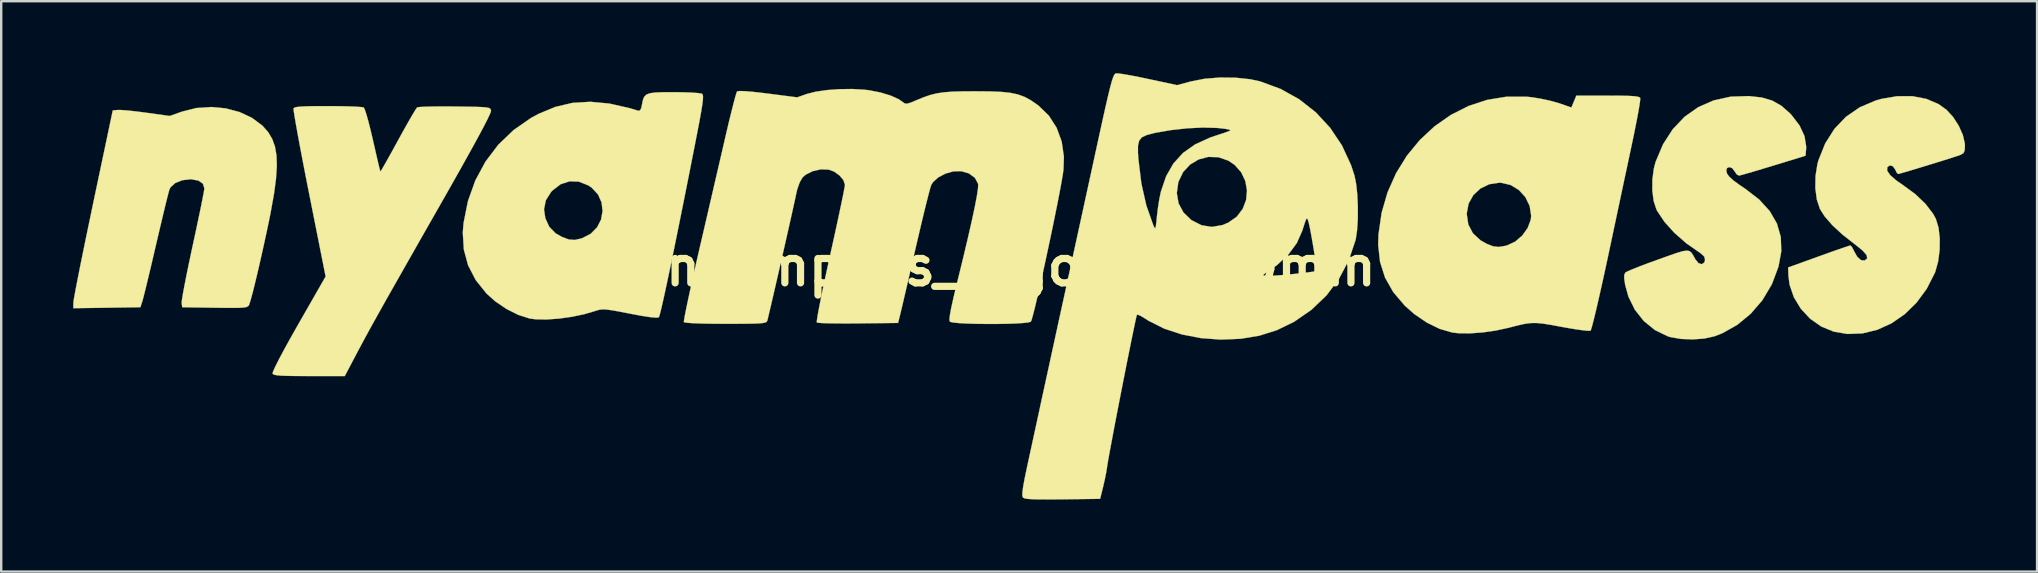
<source format=kicad_pcb>
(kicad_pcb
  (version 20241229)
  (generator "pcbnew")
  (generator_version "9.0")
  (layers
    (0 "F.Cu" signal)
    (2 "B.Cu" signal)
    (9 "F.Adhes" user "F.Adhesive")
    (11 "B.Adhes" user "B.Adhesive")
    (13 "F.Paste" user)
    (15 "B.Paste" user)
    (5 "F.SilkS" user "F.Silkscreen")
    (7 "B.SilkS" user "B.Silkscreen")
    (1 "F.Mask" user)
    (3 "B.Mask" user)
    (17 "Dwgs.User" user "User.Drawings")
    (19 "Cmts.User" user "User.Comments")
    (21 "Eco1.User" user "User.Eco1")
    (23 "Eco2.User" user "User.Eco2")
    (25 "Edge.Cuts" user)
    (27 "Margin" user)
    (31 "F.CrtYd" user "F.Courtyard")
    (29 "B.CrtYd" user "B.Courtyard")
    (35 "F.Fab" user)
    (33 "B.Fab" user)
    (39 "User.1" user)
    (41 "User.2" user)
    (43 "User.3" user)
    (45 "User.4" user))
  (footprint "nyampass_logo_80x20mm"
    (layer "F.Cu")
    (at 39.484 8.046)
    (property "Reference" "nyampass_logo_80x20mm" (at 0 0 0) (layer "F.SilkS") (effects (font (size 1.524 1.524) (thickness 0.3))))
    (attr through_hole)
    (fp_poly (pts (xy 37.15 -7.088) (xy 37.731 -6.975) (xy 38.241 -6.755) (xy 38.563 -6.524) (xy 38.839 -6.223) (xy 39.075 -5.858) (xy 39.246 -5.475) (xy 39.329 -5.119) (xy 39.334 -5.03) (xy 39.322 -4.824) (xy 39.269 -4.712) (xy 39.151 -4.644) (xy 39.14 -4.64) (xy 39.003 -4.593) (xy 38.767 -4.516) (xy 38.458 -4.419) (xy 38.104 -4.309) (xy 37.733 -4.195) (xy 37.37 -4.084) (xy 37.042 -3.986) (xy 36.778 -3.908) (xy 36.604 -3.859) (xy 36.548 -3.846) (xy 36.49 -3.906) (xy 36.431 -4.028) (xy 36.331 -4.17) (xy 36.205 -4.206) (xy 36.1 -4.13) (xy 36.093 -3.984) (xy 36.222 -3.797) (xy 36.485 -3.569) (xy 36.758 -3.381) (xy 37.265 -3.009) (xy 37.689 -2.604) (xy 38.006 -2.19) (xy 38.123 -1.975) (xy 38.233 -1.615) (xy 38.285 -1.169) (xy 38.28 -0.683) (xy 38.218 -0.204) (xy 38.101 0.222) (xy 38.079 0.275) (xy 37.742 0.937) (xy 37.318 1.513) (xy 36.824 1.996) (xy 36.273 2.376) (xy 35.681 2.645) (xy 35.063 2.795) (xy 34.432 2.818) (xy 33.866 2.721) (xy 33.346 2.508) (xy 32.884 2.183) (xy 32.497 1.768) (xy 32.205 1.287) (xy 32.027 0.764) (xy 31.979 0.384) (xy 31.968 0.047) (xy 33.238 -0.411) (xy 33.641 -0.556) (xy 33.998 -0.682) (xy 34.285 -0.781) (xy 34.48 -0.846) (xy 34.561 -0.87) (xy 34.622 -0.811) (xy 34.701 -0.664) (xy 34.713 -0.635) (xy 34.851 -0.392) (xy 35.007 -0.255) (xy 35.16 -0.244) (xy 35.263 -0.332) (xy 35.235 -0.468) (xy 35.075 -0.654) (xy 34.782 -0.893) (xy 34.737 -0.926) (xy 34.234 -1.32) (xy 33.811 -1.711) (xy 33.488 -2.082) (xy 33.293 -2.389) (xy 33.163 -2.781) (xy 33.1 -3.254) (xy 33.108 -3.763) (xy 33.187 -4.26) (xy 33.227 -4.408) (xy 33.511 -5.118) (xy 33.896 -5.727) (xy 34.379 -6.232) (xy 34.955 -6.628) (xy 35.619 -6.91) (xy 35.851 -6.976) (xy 36.517 -7.089) (xy 37.15 -7.088)) (stroke (width 0.01) (type solid)) (fill yes) (layer "F.SilkS"))
    (fp_poly (pts (xy -33.128 -6.581) (xy -32.553 -6.428) (xy -32.036 -6.186) (xy -31.601 -5.862) (xy -31.357 -5.585) (xy -31.193 -5.308) (xy -31.078 -4.991) (xy -31.014 -4.618) (xy -31 -4.174) (xy -31.035 -3.644) (xy -31.119 -3.013) (xy -31.253 -2.267) (xy -31.314 -1.959) (xy -31.432 -1.396) (xy -31.556 -0.827) (xy -31.68 -0.273) (xy -31.8 0.246) (xy -31.911 0.711) (xy -32.009 1.101) (xy -32.089 1.398) (xy -32.146 1.579) (xy -32.161 1.616) (xy -32.196 1.661) (xy -32.259 1.694) (xy -32.371 1.716) (xy -32.552 1.728) (xy -32.823 1.732) (xy -33.202 1.73) (xy -33.586 1.725) (xy -34.943 1.705) (xy -34.965 1.522) (xy -34.955 1.407) (xy -34.917 1.169) (xy -34.854 0.828) (xy -34.771 0.402) (xy -34.67 -0.09) (xy -34.556 -0.63) (xy -34.503 -0.873) (xy -34.384 -1.426) (xy -34.275 -1.94) (xy -34.18 -2.394) (xy -34.104 -2.771) (xy -34.05 -3.053) (xy -34.022 -3.219) (xy -34.019 -3.251) (xy -34.082 -3.444) (xy -34.265 -3.571) (xy -34.556 -3.625) (xy -34.606 -3.626) (xy -34.947 -3.586) (xy -35.232 -3.47) (xy -35.426 -3.296) (xy -35.473 -3.206) (xy -35.507 -3.088) (xy -35.569 -2.847) (xy -35.654 -2.504) (xy -35.756 -2.078) (xy -35.872 -1.589) (xy -35.997 -1.057) (xy -36.032 -0.907) (xy -36.159 -0.362) (xy -36.279 0.147) (xy -36.388 0.602) (xy -36.48 0.98) (xy -36.551 1.263) (xy -36.596 1.43) (xy -36.602 1.451) (xy -36.685 1.705) (xy -38.082 1.725) (xy -39.479 1.745) (xy -39.476 1.507) (xy -39.461 1.393) (xy -39.418 1.15) (xy -39.351 0.794) (xy -39.261 0.337) (xy -39.153 -0.206) (xy -39.027 -0.822) (xy -38.888 -1.496) (xy -38.738 -2.214) (xy -38.655 -2.613) (xy -37.836 -6.495) (xy -37.623 -6.515) (xy -37.473 -6.512) (xy -37.214 -6.492) (xy -36.879 -6.456) (xy -36.504 -6.409) (xy -36.437 -6.399) (xy -35.463 -6.264) (xy -34.949 -6.446) (xy -34.351 -6.596) (xy -33.736 -6.638) (xy -33.128 -6.581)) (stroke (width 0.01) (type solid)) (fill yes) (layer "F.SilkS"))
    (fp_poly (pts (xy 30.869 -7.033) (xy 31.306 -6.905) (xy 31.683 -6.692) (xy 32.04 -6.378) (xy 32.107 -6.308) (xy 32.442 -5.87) (xy 32.649 -5.427) (xy 32.72 -4.993) (xy 32.716 -4.884) (xy 32.693 -4.608) (xy 31.351 -4.197) (xy 30.929 -4.069) (xy 30.552 -3.956) (xy 30.242 -3.866) (xy 30.024 -3.805) (xy 29.919 -3.78) (xy 29.916 -3.78) (xy 29.821 -3.834) (xy 29.741 -3.955) (xy 29.637 -4.089) (xy 29.515 -4.136) (xy 29.419 -4.091) (xy 29.391 -3.991) (xy 29.419 -3.868) (xy 29.512 -3.736) (xy 29.688 -3.577) (xy 29.965 -3.375) (xy 30.177 -3.233) (xy 30.758 -2.786) (xy 31.199 -2.304) (xy 31.5 -1.784) (xy 31.661 -1.225) (xy 31.683 -0.627) (xy 31.566 0.014) (xy 31.31 0.697) (xy 31.269 0.785) (xy 30.892 1.416) (xy 30.412 1.973) (xy 29.85 2.437) (xy 29.228 2.788) (xy 28.897 2.916) (xy 28.477 3.009) (xy 27.99 3.045) (xy 27.497 3.025) (xy 27.059 2.948) (xy 26.948 2.914) (xy 26.416 2.655) (xy 25.956 2.282) (xy 25.583 1.811) (xy 25.312 1.261) (xy 25.177 0.77) (xy 25.138 0.513) (xy 25.139 0.357) (xy 25.182 0.267) (xy 25.195 0.254) (xy 25.292 0.203) (xy 25.502 0.113) (xy 25.802 -0.006) (xy 26.169 -0.144) (xy 26.558 -0.285) (xy 27.008 -0.446) (xy 27.341 -0.561) (xy 27.579 -0.631) (xy 27.744 -0.655) (xy 27.857 -0.635) (xy 27.939 -0.569) (xy 28.011 -0.459) (xy 28.096 -0.303) (xy 28.103 -0.29) (xy 28.234 -0.133) (xy 28.367 -0.088) (xy 28.471 -0.157) (xy 28.506 -0.265) (xy 28.474 -0.406) (xy 28.322 -0.545) (xy 28.279 -0.573) (xy 27.723 -0.961) (xy 27.227 -1.396) (xy 26.816 -1.852) (xy 26.515 -2.302) (xy 26.478 -2.375) (xy 26.365 -2.721) (xy 26.309 -3.153) (xy 26.312 -3.623) (xy 26.374 -4.083) (xy 26.446 -4.354) (xy 26.756 -5.086) (xy 27.161 -5.713) (xy 27.652 -6.23) (xy 28.223 -6.632) (xy 28.866 -6.914) (xy 29.573 -7.069) (xy 30.335 -7.093) (xy 30.869 -7.033)) (stroke (width 0.01) (type solid)) (fill yes) (layer "F.SilkS"))
    (fp_poly (pts (xy -28.427 -6.672) (xy -28.035 -6.664) (xy -27.713 -6.652) (xy -27.487 -6.636) (xy -27.381 -6.619) (xy -27.378 -6.617) (xy -27.335 -6.531) (xy -27.267 -6.327) (xy -27.183 -6.027) (xy -27.089 -5.656) (xy -26.997 -5.263) (xy -26.903 -4.851) (xy -26.82 -4.49) (xy -26.753 -4.204) (xy -26.706 -4.016) (xy -26.687 -3.948) (xy -26.648 -4.003) (xy -26.551 -4.167) (xy -26.406 -4.422) (xy -26.223 -4.749) (xy -26.014 -5.131) (xy -25.949 -5.248) (xy -25.73 -5.648) (xy -25.529 -6.004) (xy -25.36 -6.297) (xy -25.233 -6.507) (xy -25.161 -6.614) (xy -25.152 -6.622) (xy -25.059 -6.637) (xy -24.843 -6.649) (xy -24.528 -6.657) (xy -24.137 -6.661) (xy -23.693 -6.659) (xy -23.586 -6.658) (xy -23.086 -6.652) (xy -22.713 -6.645) (xy -22.447 -6.635) (xy -22.27 -6.62) (xy -22.162 -6.598) (xy -22.107 -6.566) (xy -22.083 -6.522) (xy -22.075 -6.481) (xy -22.106 -6.378) (xy -22.211 -6.153) (xy -22.386 -5.81) (xy -22.631 -5.351) (xy -22.945 -4.78) (xy -23.325 -4.098) (xy -23.77 -3.31) (xy -24.03 -2.852) (xy -24.574 -1.898) (xy -25.052 -1.06) (xy -25.468 -0.327) (xy -25.83 0.31) (xy -26.143 0.861) (xy -26.413 1.337) (xy -26.644 1.749) (xy -26.843 2.105) (xy -27.016 2.416) (xy -27.169 2.693) (xy -27.306 2.945) (xy -27.434 3.182) (xy -27.559 3.416) (xy -27.662 3.61) (xy -28.169 4.572) (xy -29.654 4.572) (xy -30.165 4.571) (xy -30.55 4.565) (xy -30.825 4.555) (xy -31.008 4.538) (xy -31.117 4.514) (xy -31.169 4.481) (xy -31.179 4.465) (xy -31.154 4.375) (xy -31.063 4.174) (xy -30.913 3.876) (xy -30.71 3.494) (xy -30.461 3.042) (xy -30.175 2.535) (xy -30.093 2.391) (xy -28.967 0.425) (xy -29.654 -3.028) (xy -29.791 -3.718) (xy -29.916 -4.366) (xy -30.029 -4.957) (xy -30.126 -5.479) (xy -30.204 -5.915) (xy -30.262 -6.254) (xy -30.297 -6.479) (xy -30.305 -6.577) (xy -30.304 -6.579) (xy -30.262 -6.614) (xy -30.154 -6.64) (xy -29.964 -6.658) (xy -29.675 -6.669) (xy -29.271 -6.675) (xy -28.868 -6.675) (xy -28.427 -6.672)) (stroke (width 0.01) (type solid)) (fill yes) (layer "F.SilkS"))
    (fp_poly (pts (xy -14.069 -7.251) (xy -13.731 -7.239) (xy -13.469 -7.22) (xy -13.311 -7.198) (xy -13.283 -7.188) (xy -13.256 -7.151) (xy -13.243 -7.076) (xy -13.248 -6.946) (xy -13.272 -6.747) (xy -13.317 -6.465) (xy -13.385 -6.085) (xy -13.479 -5.591) (xy -13.596 -4.994) (xy -13.836 -3.775) (xy -14.059 -2.657) (xy -14.262 -1.646) (xy -14.446 -0.745) (xy -14.608 0.042) (xy -14.749 0.71) (xy -14.867 1.254) (xy -14.961 1.671) (xy -15.03 1.955) (xy -15.074 2.103) (xy -15.085 2.123) (xy -15.19 2.14) (xy -15.433 2.119) (xy -15.811 2.061) (xy -16.287 1.972) (xy -16.717 1.888) (xy -17.031 1.832) (xy -17.257 1.801) (xy -17.42 1.793) (xy -17.548 1.806) (xy -17.668 1.838) (xy -17.726 1.858) (xy -18.188 1.994) (xy -18.707 2.103) (xy -19.243 2.178) (xy -19.756 2.215) (xy -20.202 2.209) (xy -20.465 2.175) (xy -20.937 2.025) (xy -21.432 1.777) (xy -21.902 1.458) (xy -22.263 1.135) (xy -22.716 0.569) (xy -23.031 -0.042) (xy -23.209 -0.699) (xy -23.252 -1.407) (xy -23.22 -1.802) (xy -23.106 -2.375) (xy -19.868 -2.375) (xy -19.814 -2.007) (xy -19.65 -1.647) (xy -19.386 -1.377) (xy -19.123 -1.226) (xy -18.834 -1.118) (xy -18.584 -1.099) (xy -18.302 -1.164) (xy -18.281 -1.171) (xy -17.921 -1.357) (xy -17.657 -1.625) (xy -17.491 -1.949) (xy -17.428 -2.303) (xy -17.469 -2.659) (xy -17.618 -2.992) (xy -17.879 -3.274) (xy -18.022 -3.371) (xy -18.415 -3.528) (xy -18.806 -3.542) (xy -19.179 -3.418) (xy -19.518 -3.157) (xy -19.574 -3.097) (xy -19.792 -2.752) (xy -19.868 -2.375) (xy -23.106 -2.375) (xy -23.037 -2.72) (xy -22.73 -3.577) (xy -22.307 -4.362) (xy -21.773 -5.066) (xy -21.137 -5.677) (xy -20.406 -6.185) (xy -20.095 -6.353) (xy -19.397 -6.642) (xy -18.681 -6.81) (xy -17.933 -6.855) (xy -17.138 -6.78) (xy -16.282 -6.585) (xy -15.955 -6.485) (xy -15.871 -6.491) (xy -15.816 -6.597) (xy -15.785 -6.744) (xy -15.748 -6.931) (xy -15.693 -7.065) (xy -15.6 -7.157) (xy -15.447 -7.213) (xy -15.212 -7.243) (xy -14.874 -7.254) (xy -14.455 -7.256) (xy -14.069 -7.251)) (stroke (width 0.01) (type solid)) (fill yes) (layer "F.SilkS"))
    (fp_poly (pts (xy 24.94 -7.11) (xy 25.297 -7.103) (xy 25.545 -7.089) (xy 25.701 -7.068) (xy 25.783 -7.038) (xy 25.806 -7.011) (xy 25.802 -6.915) (xy 25.771 -6.697) (xy 25.716 -6.379) (xy 25.64 -5.982) (xy 25.549 -5.525) (xy 25.476 -5.179) (xy 25.377 -4.71) (xy 25.253 -4.128) (xy 25.11 -3.459) (xy 24.956 -2.732) (xy 24.795 -1.975) (xy 24.634 -1.216) (xy 24.478 -0.482) (xy 24.462 -0.407) (xy 24.324 0.237) (xy 24.191 0.837) (xy 24.069 1.377) (xy 23.961 1.844) (xy 23.869 2.222) (xy 23.797 2.497) (xy 23.75 2.653) (xy 23.735 2.683) (xy 23.638 2.687) (xy 23.426 2.667) (xy 23.125 2.625) (xy 22.762 2.564) (xy 22.549 2.526) (xy 22.099 2.442) (xy 21.756 2.387) (xy 21.482 2.361) (xy 21.241 2.364) (xy 20.997 2.396) (xy 20.713 2.459) (xy 20.352 2.552) (xy 20.319 2.561) (xy 19.795 2.675) (xy 19.244 2.754) (xy 18.709 2.793) (xy 18.235 2.788) (xy 17.965 2.757) (xy 17.448 2.606) (xy 16.91 2.342) (xy 16.388 1.987) (xy 15.995 1.639) (xy 15.515 1.074) (xy 15.173 0.47) (xy 14.965 -0.182) (xy 14.887 -0.894) (xy 14.9 -1.329) (xy 15.022 -2.178) (xy 18.578 -2.178) (xy 18.642 -1.743) (xy 18.833 -1.378) (xy 19.15 -1.084) (xy 19.413 -0.936) (xy 19.678 -0.833) (xy 19.909 -0.807) (xy 20.177 -0.851) (xy 20.263 -0.874) (xy 20.597 -1.03) (xy 20.891 -1.284) (xy 21.116 -1.599) (xy 21.244 -1.939) (xy 21.261 -2.105) (xy 21.198 -2.516) (xy 21.019 -2.883) (xy 20.746 -3.182) (xy 20.402 -3.389) (xy 20.01 -3.481) (xy 19.935 -3.483) (xy 19.511 -3.419) (xy 19.142 -3.239) (xy 18.849 -2.963) (xy 18.654 -2.612) (xy 18.579 -2.207) (xy 18.578 -2.178) (xy 15.022 -2.178) (xy 15.03 -2.23) (xy 15.278 -3.084) (xy 15.633 -3.881) (xy 16.085 -4.611) (xy 16.624 -5.265) (xy 17.237 -5.835) (xy 17.916 -6.309) (xy 18.649 -6.679) (xy 19.426 -6.935) (xy 20.236 -7.067) (xy 21.068 -7.067) (xy 21.292 -7.044) (xy 21.665 -6.983) (xy 22.055 -6.899) (xy 22.388 -6.807) (xy 22.445 -6.788) (xy 22.936 -6.617) (xy 23.04 -6.865) (xy 23.143 -7.112) (xy 24.455 -7.112) (xy 24.94 -7.11)) (stroke (width 0.01) (type solid)) (fill yes) (layer "F.SilkS"))
    (fp_poly (pts (xy -6.531 -7.36) (xy -6.321 -7.335) (xy -5.849 -7.243) (xy -5.428 -7.115) (xy -5.094 -6.965) (xy -4.918 -6.842) (xy -4.836 -6.785) (xy -4.741 -6.776) (xy -4.593 -6.819) (xy -4.373 -6.911) (xy -4.059 -7.041) (xy -3.778 -7.138) (xy -3.498 -7.207) (xy -3.19 -7.252) (xy -2.824 -7.279) (xy -2.369 -7.291) (xy -1.887 -7.293) (xy -1.291 -7.288) (xy -0.815 -7.268) (xy -0.432 -7.227) (xy -0.117 -7.16) (xy 0.155 -7.06) (xy 0.41 -6.922) (xy 0.675 -6.74) (xy 0.737 -6.693) (xy 1.166 -6.278) (xy 1.49 -5.773) (xy 1.701 -5.198) (xy 1.793 -4.568) (xy 1.775 -4.028) (xy 1.742 -3.797) (xy 1.684 -3.461) (xy 1.605 -3.037) (xy 1.509 -2.545) (xy 1.399 -2.001) (xy 1.28 -1.423) (xy 1.155 -0.831) (xy 1.028 -0.241) (xy 0.903 0.329) (xy 0.785 0.86) (xy 0.675 1.334) (xy 0.58 1.734) (xy 0.501 2.042) (xy 0.445 2.239) (xy 0.417 2.304) (xy 0.321 2.336) (xy 0.106 2.361) (xy -0.203 2.381) (xy -0.579 2.394) (xy -0.998 2.401) (xy -1.433 2.401) (xy -1.858 2.396) (xy -2.248 2.384) (xy -2.577 2.366) (xy -2.819 2.342) (xy -2.949 2.312) (xy -2.961 2.303) (xy -2.976 2.221) (xy -2.959 2.043) (xy -2.907 1.758) (xy -2.819 1.356) (xy -2.694 0.828) (xy -2.648 0.644) (xy -2.409 -0.331) (xy -2.208 -1.177) (xy -2.045 -1.893) (xy -1.92 -2.477) (xy -1.834 -2.927) (xy -1.787 -3.242) (xy -1.779 -3.419) (xy -1.782 -3.438) (xy -1.917 -3.69) (xy -2.165 -3.871) (xy -2.488 -3.964) (xy -2.808 -3.956) (xy -3.14 -3.864) (xy -3.439 -3.707) (xy -3.662 -3.507) (xy -3.736 -3.385) (xy -3.776 -3.261) (xy -3.842 -3.014) (xy -3.932 -2.662) (xy -4.04 -2.224) (xy -4.161 -1.718) (xy -4.292 -1.162) (xy -4.385 -0.762) (xy -4.52 -0.176) (xy -4.648 0.38) (xy -4.765 0.886) (xy -4.867 1.323) (xy -4.948 1.671) (xy -5.005 1.909) (xy -5.026 1.996) (xy -5.116 2.359) (xy -6.78 2.378) (xy -7.259 2.381) (xy -7.688 2.379) (xy -8.048 2.373) (xy -8.316 2.363) (xy -8.472 2.349) (xy -8.502 2.34) (xy -8.5 2.259) (xy -8.468 2.051) (xy -8.41 1.734) (xy -8.329 1.322) (xy -8.228 0.831) (xy -8.109 0.276) (xy -7.977 -0.327) (xy -7.945 -0.473) (xy -7.808 -1.09) (xy -7.682 -1.668) (xy -7.57 -2.189) (xy -7.475 -2.639) (xy -7.401 -2.999) (xy -7.352 -3.254) (xy -7.33 -3.387) (xy -7.33 -3.398) (xy -7.393 -3.591) (xy -7.557 -3.786) (xy -7.781 -3.946) (xy -8.011 -4.031) (xy -8.34 -4.04) (xy -8.677 -3.963) (xy -8.967 -3.817) (xy -9.099 -3.699) (xy -9.216 -3.495) (xy -9.318 -3.205) (xy -9.357 -3.037) (xy -9.392 -2.869) (xy -9.454 -2.587) (xy -9.537 -2.212) (xy -9.637 -1.764) (xy -9.75 -1.264) (xy -9.871 -0.731) (xy -9.995 -0.186) (xy -10.118 0.351) (xy -10.235 0.86) (xy -10.342 1.321) (xy -10.433 1.713) (xy -10.505 2.016) (xy -10.552 2.211) (xy -10.567 2.268) (xy -10.589 2.308) (xy -10.641 2.339) (xy -10.739 2.362) (xy -10.901 2.377) (xy -11.145 2.387) (xy -11.488 2.392) (xy -11.948 2.395) (xy -12.301 2.395) (xy -12.838 2.392) (xy -13.294 2.384) (xy -13.655 2.37) (xy -13.905 2.353) (xy -14.03 2.332) (xy -14.041 2.325) (xy -14.034 2.242) (xy -13.997 2.032) (xy -13.933 1.711) (xy -13.845 1.294) (xy -13.737 0.795) (xy -13.611 0.23) (xy -13.47 -0.387) (xy -13.389 -0.741) (xy -13.22 -1.466) (xy -13.045 -2.221) (xy -12.87 -2.977) (xy -12.701 -3.707) (xy -12.544 -4.382) (xy -12.407 -4.974) (xy -12.296 -5.455) (xy -12.291 -5.479) (xy -12.177 -5.964) (xy -12.07 -6.402) (xy -11.976 -6.773) (xy -11.9 -7.058) (xy -11.846 -7.236) (xy -11.824 -7.288) (xy -11.729 -7.304) (xy -11.506 -7.298) (xy -11.17 -7.27) (xy -10.738 -7.222) (xy -10.54 -7.197) (xy -9.32 -7.04) (xy -8.912 -7.183) (xy -8.547 -7.276) (xy -8.083 -7.343) (xy -7.563 -7.381) (xy -7.031 -7.388) (xy -6.531 -7.36)) (stroke (width 0.01) (type solid)) (fill yes) (layer "F.SilkS"))
    (fp_poly (pts (xy 4.086 -8.033) (xy 4.318 -7.999) (xy 4.638 -7.942) (xy 5.018 -7.867) (xy 5.312 -7.805) (xy 6.509 -7.548) (xy 7.083 -7.703) (xy 7.652 -7.814) (xy 8.29 -7.866) (xy 8.943 -7.859) (xy 9.558 -7.794) (xy 9.964 -7.706) (xy 10.82 -7.392) (xy 11.598 -6.958) (xy 12.29 -6.415) (xy 12.886 -5.771) (xy 13.378 -5.036) (xy 13.756 -4.218) (xy 13.902 -3.774) (xy 13.971 -3.424) (xy 14.018 -2.977) (xy 14.04 -2.479) (xy 14.038 -1.977) (xy 14.009 -1.515) (xy 13.955 -1.142) (xy 13.943 -1.089) (xy 13.659 -0.248) (xy 13.253 0.522) (xy 12.733 1.213) (xy 12.107 1.812) (xy 11.386 2.31) (xy 10.665 2.661) (xy 9.935 2.89) (xy 9.146 3.02) (xy 8.327 3.053) (xy 7.505 2.992) (xy 6.711 2.839) (xy 5.972 2.596) (xy 5.317 2.267) (xy 5.186 2.183) (xy 5.003 2.071) (xy 4.874 2.015) (xy 4.836 2.018) (xy 4.812 2.104) (xy 4.765 2.316) (xy 4.698 2.634) (xy 4.614 3.041) (xy 4.517 3.52) (xy 4.41 4.052) (xy 4.298 4.619) (xy 4.183 5.204) (xy 4.069 5.789) (xy 3.959 6.356) (xy 3.858 6.887) (xy 3.768 7.365) (xy 3.692 7.771) (xy 3.636 8.087) (xy 3.601 8.296) (xy 3.594 8.346) (xy 3.555 8.59) (xy 3.492 8.902) (xy 3.428 9.18) (xy 3.302 9.688) (xy 1.734 9.708) (xy 1.194 9.713) (xy 0.782 9.712) (xy 0.483 9.704) (xy 0.278 9.69) (xy 0.153 9.667) (xy 0.089 9.635) (xy 0.084 9.629) (xy 0.061 9.555) (xy 0.065 9.407) (xy 0.097 9.169) (xy 0.16 8.827) (xy 0.257 8.363) (xy 0.293 8.194) (xy 0.405 7.681) (xy 0.524 7.132) (xy 0.641 6.594) (xy 0.744 6.119) (xy 0.796 5.878) (xy 0.855 5.602) (xy 0.942 5.204) (xy 1.051 4.703) (xy 1.178 4.119) (xy 1.319 3.472) (xy 1.469 2.781) (xy 1.625 2.066) (xy 1.744 1.524) (xy 1.926 0.691) (xy 1.993 0.379) (xy 10.103 0.379) (xy 10.23 0.397) (xy 10.493 0.392) (xy 10.889 0.365) (xy 11.414 0.315) (xy 11.677 0.287) (xy 11.958 0.253) (xy 12.178 0.222) (xy 12.301 0.197) (xy 12.316 0.191) (xy 12.316 0.112) (xy 12.294 -0.078) (xy 12.256 -0.348) (xy 12.207 -0.667) (xy 12.151 -1.003) (xy 12.094 -1.326) (xy 12.041 -1.603) (xy 11.997 -1.803) (xy 11.984 -1.851) (xy 11.949 -1.959) (xy 11.919 -1.998) (xy 11.881 -1.949) (xy 11.825 -1.797) (xy 11.738 -1.525) (xy 11.726 -1.486) (xy 11.499 -0.972) (xy 11.15 -0.497) (xy 10.672 -0.051) (xy 10.115 0.339) (xy 10.103 0.379) (xy 1.993 0.379) (xy 2.126 -0.229) (xy 2.337 -1.198) (xy 2.551 -2.178) (xy 2.759 -3.134) (xy 2.954 -4.028) (xy 3.106 -4.727) (xy 4.879 -4.727) (xy 4.897 -4.463) (xy 5.021 -3.447) (xy 5.227 -2.537) (xy 5.516 -1.716) (xy 5.521 -1.705) (xy 5.567 -1.607) (xy 5.598 -1.586) (xy 5.622 -1.66) (xy 5.646 -1.846) (xy 5.668 -2.083) (xy 5.711 -2.438) (xy 5.77 -2.806) (xy 5.821 -3.049) (xy 6.497 -3.049) (xy 6.57 -2.623) (xy 6.774 -2.244) (xy 7.099 -1.932) (xy 7.109 -1.925) (xy 7.527 -1.711) (xy 7.955 -1.642) (xy 8.396 -1.718) (xy 8.645 -1.822) (xy 8.996 -2.069) (xy 9.242 -2.392) (xy 9.384 -2.763) (xy 9.421 -3.158) (xy 9.353 -3.551) (xy 9.181 -3.916) (xy 8.904 -4.228) (xy 8.643 -4.403) (xy 8.229 -4.546) (xy 7.808 -4.559) (xy 7.406 -4.453) (xy 7.048 -4.238) (xy 6.76 -3.927) (xy 6.568 -3.529) (xy 6.559 -3.501) (xy 6.497 -3.049) (xy 5.821 -3.049) (xy 5.834 -3.11) (xy 5.836 -3.12) (xy 6.052 -3.753) (xy 6.355 -4.284) (xy 6.755 -4.723) (xy 7.262 -5.081) (xy 7.889 -5.368) (xy 8.237 -5.484) (xy 8.475 -5.56) (xy 8.656 -5.628) (xy 8.733 -5.666) (xy 8.694 -5.693) (xy 8.539 -5.724) (xy 8.296 -5.754) (xy 8.152 -5.767) (xy 7.58 -5.782) (xy 6.929 -5.75) (xy 6.256 -5.676) (xy 5.618 -5.565) (xy 5.528 -5.545) (xy 5.238 -5.468) (xy 5.043 -5.376) (xy 4.93 -5.239) (xy 4.88 -5.033) (xy 4.879 -4.727) (xy 3.106 -4.727) (xy 3.127 -4.822) (xy 3.151 -4.935) (xy 3.314 -5.682) (xy 3.45 -6.299) (xy 3.563 -6.799) (xy 3.655 -7.194) (xy 3.73 -7.496) (xy 3.791 -7.717) (xy 3.841 -7.869) (xy 3.884 -7.966) (xy 3.923 -8.018) (xy 3.961 -8.039) (xy 3.968 -8.041) (xy 4.086 -8.033)) (stroke (width 0.01) (type solid)) (fill yes) (layer "F.SilkS")))
  (gr_rect
    (start -3 -3)
    (end 81.823 20.764)
    (stroke (width 0.1) (type default))
    (fill no)
    (layer "Edge.Cuts")))
</source>
